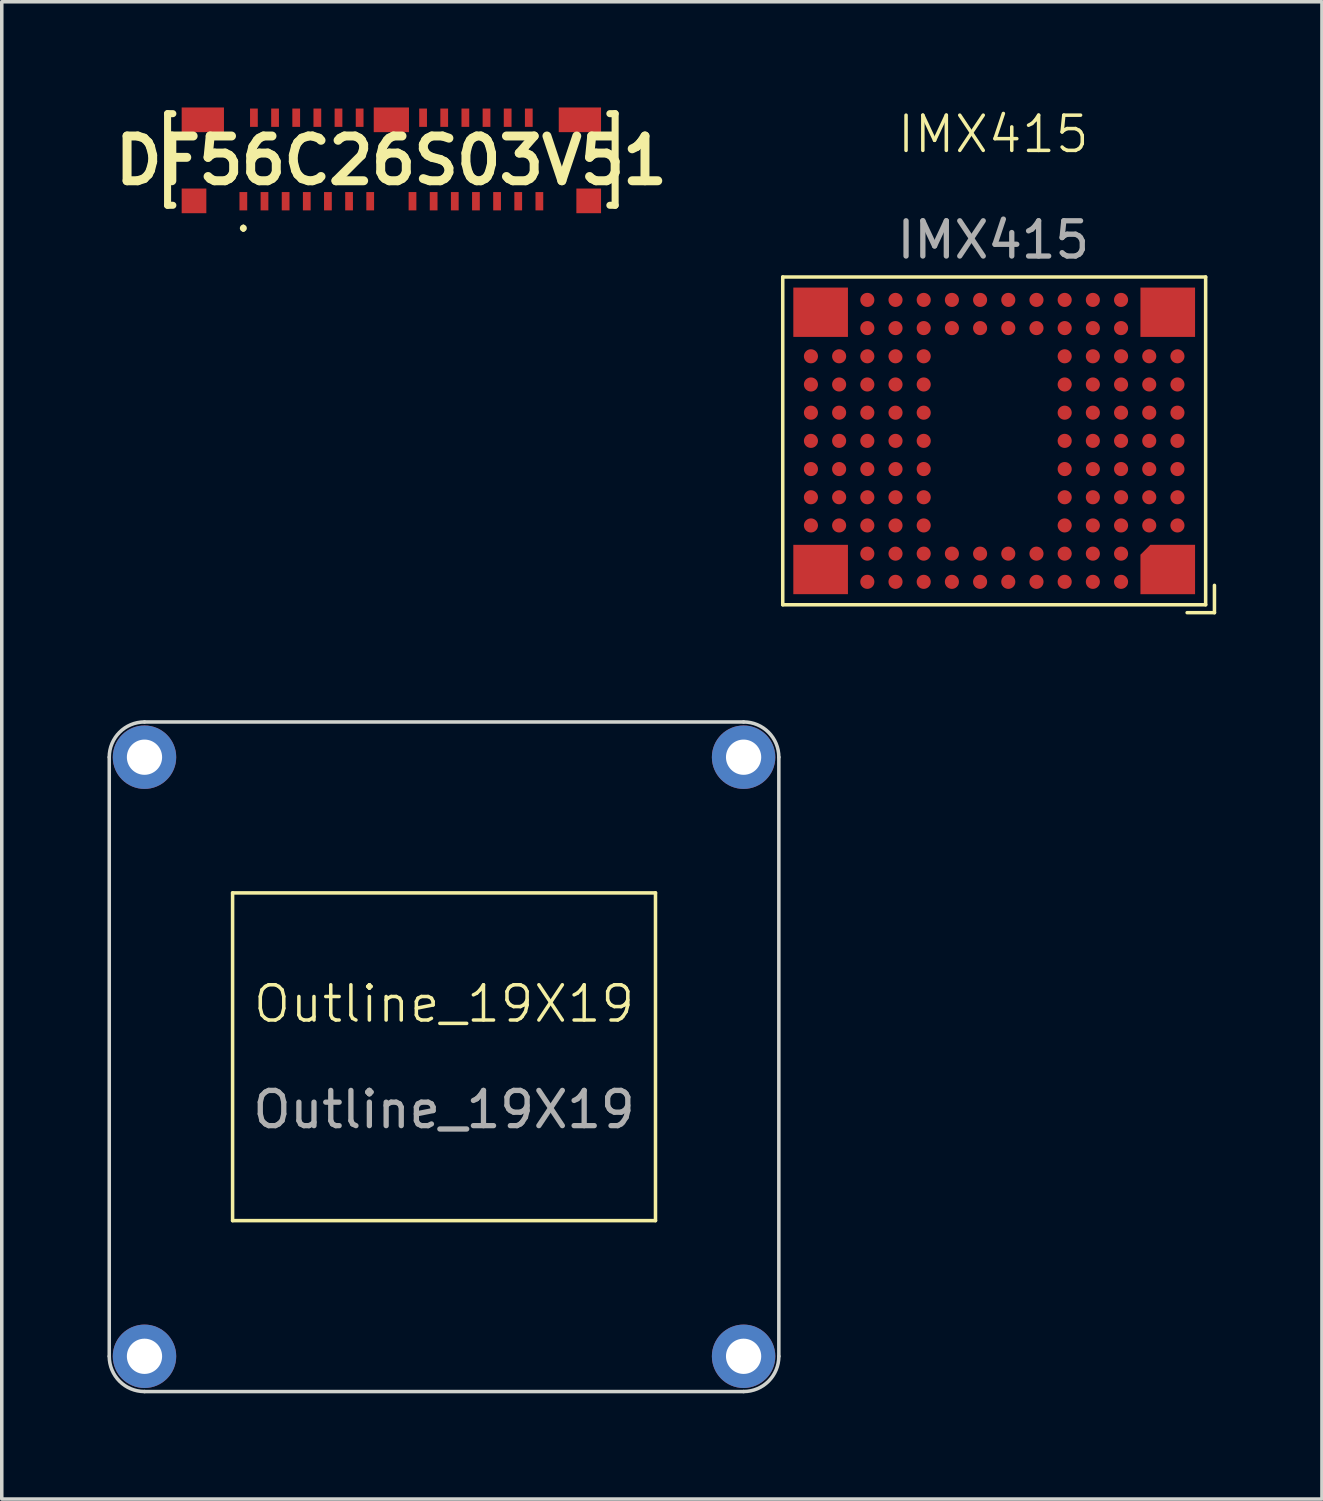
<source format=kicad_pcb>
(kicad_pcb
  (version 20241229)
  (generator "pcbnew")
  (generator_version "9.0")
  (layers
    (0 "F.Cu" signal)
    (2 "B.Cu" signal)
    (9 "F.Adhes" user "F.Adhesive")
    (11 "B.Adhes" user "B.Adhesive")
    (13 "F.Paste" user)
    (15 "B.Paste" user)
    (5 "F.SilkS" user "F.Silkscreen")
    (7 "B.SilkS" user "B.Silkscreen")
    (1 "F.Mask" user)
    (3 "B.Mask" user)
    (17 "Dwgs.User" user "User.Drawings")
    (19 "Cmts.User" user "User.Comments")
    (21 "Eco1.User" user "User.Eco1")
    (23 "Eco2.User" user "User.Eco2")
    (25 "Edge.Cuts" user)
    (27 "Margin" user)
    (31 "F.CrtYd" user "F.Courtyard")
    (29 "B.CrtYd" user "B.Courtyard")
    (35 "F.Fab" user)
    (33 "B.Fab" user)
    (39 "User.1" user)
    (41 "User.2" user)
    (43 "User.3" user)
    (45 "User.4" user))
  (footprint "DF56C26S03V51"
    (layer "F.Cu")
    (at 8.055 1.475)
    (property "Reference" "DF56C26S03V51" (at 0 0.03 0) (layer "F.SilkS") (effects (font (size 1.27 1.27) (thickness 0.254))))
    (attr smd)
    (fp_line (start -6.35 -1.3) (end -6.2 -1.3) (stroke (width 0.2) (type solid)) (layer "F.SilkS"))
    (fp_line (start -6.35 1.3) (end -6.35 -1.3) (stroke (width 0.2) (type solid)) (layer "F.SilkS"))
    (fp_line (start -6.2 1.3) (end -6.35 1.3) (stroke (width 0.2) (type solid)) (layer "F.SilkS"))
    (fp_line (start -4.2 1.9) (end -4.2 1.9) (stroke (width 0.1) (type solid)) (layer "F.SilkS"))
    (fp_line (start -4.2 2) (end -4.2 2) (stroke (width 0.1) (type solid)) (layer "F.SilkS"))
    (fp_line (start 6.2 -1.3) (end 6.35 -1.3) (stroke (width 0.2) (type solid)) (layer "F.SilkS"))
    (fp_line (start 6.35 -1.3) (end 6.35 1.3) (stroke (width 0.2) (type solid)) (layer "F.SilkS"))
    (fp_line (start 6.35 1.3) (end 6.2 1.3) (stroke (width 0.2) (type solid)) (layer "F.SilkS"))
    (fp_arc (start -4.2 1.9) (mid -4.15 1.95) (end -4.2 2) (stroke (width 0.1) (type solid)) (layer "F.SilkS"))
    (fp_arc (start -4.2 2) (mid -4.25 1.95) (end -4.2 1.9) (stroke (width 0.1) (type solid)) (layer "F.SilkS"))
    (pad "1" smd rect (at -4.2 1.185) (size 0.22 0.52) (layers "F.Cu" "F.Mask" "F.Paste"))
    (pad "2" smd rect (at -3.9 -1.185) (size 0.22 0.52) (layers "F.Cu" "F.Mask" "F.Paste"))
    (pad "3" smd rect (at -3.6 1.185) (size 0.22 0.52) (layers "F.Cu" "F.Mask" "F.Paste"))
    (pad "4" smd rect (at -3.3 -1.185) (size 0.22 0.52) (layers "F.Cu" "F.Mask" "F.Paste"))
    (pad "5" smd rect (at -3 1.185) (size 0.22 0.52) (layers "F.Cu" "F.Mask" "F.Paste"))
    (pad "6" smd rect (at -2.7 -1.185) (size 0.22 0.52) (layers "F.Cu" "F.Mask" "F.Paste"))
    (pad "7" smd rect (at -2.4 1.185) (size 0.22 0.52) (layers "F.Cu" "F.Mask" "F.Paste"))
    (pad "8" smd rect (at -2.1 -1.185) (size 0.22 0.52) (layers "F.Cu" "F.Mask" "F.Paste"))
    (pad "9" smd rect (at -1.8 1.185) (size 0.22 0.52) (layers "F.Cu" "F.Mask" "F.Paste"))
    (pad "10" smd rect (at -1.5 -1.185) (size 0.22 0.52) (layers "F.Cu" "F.Mask" "F.Paste"))
    (pad "11" smd rect (at -1.2 1.185) (size 0.22 0.52) (layers "F.Cu" "F.Mask" "F.Paste"))
    (pad "12" smd rect (at -0.9 -1.185) (size 0.22 0.52) (layers "F.Cu" "F.Mask" "F.Paste"))
    (pad "13" smd rect (at -0.6 1.185) (size 0.22 0.52) (layers "F.Cu" "F.Mask" "F.Paste"))
    (pad "14" smd rect (at 0.6 1.185) (size 0.22 0.52) (layers "F.Cu" "F.Mask" "F.Paste"))
    (pad "15" smd rect (at 0.9 -1.185) (size 0.22 0.52) (layers "F.Cu" "F.Mask" "F.Paste"))
    (pad "16" smd rect (at 1.2 1.185) (size 0.22 0.52) (layers "F.Cu" "F.Mask" "F.Paste"))
    (pad "17" smd rect (at 1.5 -1.185) (size 0.22 0.52) (layers "F.Cu" "F.Mask" "F.Paste"))
    (pad "18" smd rect (at 1.8 1.185) (size 0.22 0.52) (layers "F.Cu" "F.Mask" "F.Paste"))
    (pad "19" smd rect (at 2.1 -1.185) (size 0.22 0.52) (layers "F.Cu" "F.Mask" "F.Paste"))
    (pad "20" smd rect (at 2.4 1.185) (size 0.22 0.52) (layers "F.Cu" "F.Mask" "F.Paste"))
    (pad "21" smd rect (at 2.7 -1.185) (size 0.22 0.52) (layers "F.Cu" "F.Mask" "F.Paste"))
    (pad "22" smd rect (at 3 1.185) (size 0.22 0.52) (layers "F.Cu" "F.Mask" "F.Paste"))
    (pad "23" smd rect (at 3.3 -1.185) (size 0.22 0.52) (layers "F.Cu" "F.Mask" "F.Paste"))
    (pad "24" smd rect (at 3.6 1.185) (size 0.22 0.52) (layers "F.Cu" "F.Mask" "F.Paste"))
    (pad "25" smd rect (at 3.9 -1.185) (size 0.22 0.52) (layers "F.Cu" "F.Mask" "F.Paste"))
    (pad "26" smd rect (at 4.2 1.185) (size 0.22 0.52) (layers "F.Cu" "F.Mask" "F.Paste"))
    (pad "G1" smd rect (at -5.6 1.175 90) (size 0.7 0.7) (layers "F.Cu" "F.Mask" "F.Paste"))
    (pad "G2" smd rect (at -5.35 -1.125 90) (size 0.7 1.2) (layers "F.Cu" "F.Mask" "F.Paste"))
    (pad "G3" smd rect (at 0 -1.125 90) (size 0.7 1) (layers "F.Cu" "F.Mask" "F.Paste"))
    (pad "G4" smd rect (at 5.35 -1.125 90) (size 0.7 1.2) (layers "F.Cu" "F.Mask" "F.Paste"))
    (pad "G5" smd rect (at 5.6 1.175 90) (size 0.7 0.7) (layers "F.Cu" "F.Mask" "F.Paste")))
  (footprint "Outline_19X19"
    (layer "F.Cu")
    (at 9.55 26.936)
    (property "Reference" "Outline_19X19" (at 0 -1.5 0) (unlocked yes) (layer "F.SilkS") (effects (font (size 1 1) (thickness 0.1))))
    (fp_line (start -6 -4.65) (end 6 -4.65) (stroke (width 0.1) (type solid)) (layer "F.SilkS"))
    (fp_line (start -6 4.65) (end -6 -4.65) (stroke (width 0.1) (type solid)) (layer "F.SilkS"))
    (fp_line (start -6 4.65) (end 6 4.65) (stroke (width 0.1) (type solid)) (layer "F.SilkS"))
    (fp_line (start 6 4.65) (end 6 -4.65) (stroke (width 0.1) (type solid)) (layer "F.SilkS"))
    (fp_line (start -9.5 8.5) (end -9.5 -8.5) (stroke (width 0.1) (type default)) (layer "Edge.Cuts"))
    (fp_line (start -8.5 -9.5) (end 8.5 -9.5) (stroke (width 0.1) (type default)) (layer "Edge.Cuts"))
    (fp_line (start -8.5 9.5) (end 8.5 9.5) (stroke (width 0.1) (type default)) (layer "Edge.Cuts"))
    (fp_line (start 9.5 8.5) (end 9.5 -8.5) (stroke (width 0.1) (type default)) (layer "Edge.Cuts"))
    (fp_arc (start -9.5 -8.500001) (mid -9.207107 -9.207107) (end -8.500002 -9.5) (stroke (width 0.1) (type default)) (layer "Edge.Cuts"))
    (fp_arc (start -8.500001 9.5) (mid -9.207107 9.207107) (end -9.5 8.500002) (stroke (width 0.1) (type default)) (layer "Edge.Cuts"))
    (fp_arc (start 8.5 -9.5) (mid 9.207107 -9.207107) (end 9.5 -8.5) (stroke (width 0.1) (type default)) (layer "Edge.Cuts"))
    (fp_arc (start 9.5 8.5) (mid 9.207107 9.207107) (end 8.5 9.5) (stroke (width 0.1) (type default)) (layer "Edge.Cuts"))
    (fp_text user "${REFERENCE}" (at 0 1.5 0) (unlocked yes) (layer "F.Fab") (effects (font (size 1 1) (thickness 0.15))))
    (pad "" thru_hole circle (at -8.5 -8.5) (size 1.8 1.8) (drill 1) (layers "*.Cu" "*.Mask"))
    (pad "" thru_hole circle (at -8.5 8.5) (size 1.8 1.8) (drill 1) (layers "*.Cu" "*.Mask"))
    (pad "" thru_hole circle (at 8.5 -8.5) (size 1.8 1.8) (drill 1) (layers "*.Cu" "*.Mask"))
    (pad "" thru_hole circle (at 8.5 8.5) (size 1.8 1.8) (drill 1) (layers "*.Cu" "*.Mask")))
  (footprint "IMX415"
    (layer "F.Cu")
    (at 25.161 9.46)
    (property "Reference" "IMX415" (at -0.025 -8.7 0) (unlocked yes) (layer "F.SilkS") (effects (font (size 1 1) (thickness 0.1))))
    (attr smd)
    (fp_line (start -6 -4.65) (end -6 4.65) (stroke (width 0.1) (type solid)) (layer "F.SilkS"))
    (fp_line (start -6 -4.65) (end 6 -4.65) (stroke (width 0.1) (type solid)) (layer "F.SilkS"))
    (fp_line (start -6 4.65) (end 6 4.65) (stroke (width 0.1) (type solid)) (layer "F.SilkS"))
    (fp_line (start 5.475 4.875) (end 6.25 4.875) (stroke (width 0.1) (type default)) (layer "F.SilkS"))
    (fp_line (start 6 -4.65) (end 6 4.65) (stroke (width 0.1) (type solid)) (layer "F.SilkS"))
    (fp_line (start 6.25 4.1) (end 6.25 4.875) (stroke (width 0.1) (type default)) (layer "F.SilkS"))
    (fp_text user "${REFERENCE}" (at -0.025 -5.7 0) (unlocked yes) (layer "F.Fab") (effects (font (size 1 1) (thickness 0.15))))
    (pad "A1" smd roundrect (at 4.925 3.65) (size 1.55 1.4) (layers "F.Cu" "F.Mask" "F.Paste") (roundrect_rratio 0) (chamfer_ratio 0.2) (chamfer top_left))
    (pad "A2" smd circle (at 5.2 3.2) (size 0.4 0.4) (layers "F.Cu" "F.Mask" "F.Paste"))
    (pad "A3" smd circle (at 5.2 2.4) (size 0.4 0.4) (layers "F.Cu" "F.Mask" "F.Paste"))
    (pad "A4" smd circle (at 5.2 1.6) (size 0.4 0.4) (layers "F.Cu" "F.Mask" "F.Paste"))
    (pad "A5" smd circle (at 5.2 0.8) (size 0.4 0.4) (layers "F.Cu" "F.Mask" "F.Paste"))
    (pad "A6" smd circle (at 5.2 0) (size 0.4 0.4) (layers "F.Cu" "F.Mask" "F.Paste"))
    (pad "A7" smd circle (at 5.2 -0.8) (size 0.4 0.4) (layers "F.Cu" "F.Mask" "F.Paste"))
    (pad "A8" smd circle (at 5.2 -1.6) (size 0.4 0.4) (layers "F.Cu" "F.Mask" "F.Paste"))
    (pad "A9" smd circle (at 5.2 -2.4) (size 0.4 0.4) (layers "F.Cu" "F.Mask" "F.Paste"))
    (pad "A10" smd rect (at 4.925 -3.65) (size 1.55 1.4) (layers "F.Cu" "F.Mask" "F.Paste"))
    (pad "A11" smd circle (at 5.2 -4) (size 0.4 0.4) (layers "F.Cu" "F.Mask" "F.Paste"))
    (pad "B1" smd circle (at 4.4 4) (size 0.4 0.4) (layers "F.Cu" "F.Mask" "F.Paste"))
    (pad "B2" smd circle (at 4.5 3.3) (size 0.4 0.4) (layers "F.Cu" "F.Mask" "F.Paste"))
    (pad "B3" smd circle (at 4.4 2.4) (size 0.4 0.4) (layers "F.Cu" "F.Mask" "F.Paste"))
    (pad "B4" smd circle (at 4.4 1.6) (size 0.4 0.4) (layers "F.Cu" "F.Mask" "F.Paste"))
    (pad "B5" smd circle (at 4.4 0.8) (size 0.4 0.4) (layers "F.Cu" "F.Mask" "F.Paste"))
    (pad "B6" smd circle (at 4.4 0) (size 0.4 0.4) (layers "F.Cu" "F.Mask" "F.Paste"))
    (pad "B7" smd circle (at 4.4 -0.8) (size 0.4 0.4) (layers "F.Cu" "F.Mask" "F.Paste"))
    (pad "B8" smd circle (at 4.4 -1.6) (size 0.4 0.4) (layers "F.Cu" "F.Mask" "F.Paste"))
    (pad "B9" smd circle (at 4.4 -2.4) (size 0.4 0.4) (layers "F.Cu" "F.Mask" "F.Paste"))
    (pad "B10" smd circle (at 4.4 -3.2) (size 0.4 0.4) (layers "F.Cu" "F.Mask" "F.Paste"))
    (pad "B11" smd circle (at 4.4 -4) (size 0.4 0.4) (layers "F.Cu" "F.Mask" "F.Paste"))
    (pad "C1" smd circle (at 3.6 4) (size 0.4 0.4) (layers "F.Cu" "F.Mask" "F.Paste"))
    (pad "C2" smd circle (at 3.6 3.2) (size 0.4 0.4) (layers "F.Cu" "F.Mask" "F.Paste"))
    (pad "C3" smd circle (at 3.6 2.4) (size 0.4 0.4) (layers "F.Cu" "F.Mask" "F.Paste"))
    (pad "C4" smd circle (at 3.6 1.6) (size 0.4 0.4) (layers "F.Cu" "F.Mask" "F.Paste"))
    (pad "C5" smd circle (at 3.6 0.8) (size 0.4 0.4) (layers "F.Cu" "F.Mask" "F.Paste"))
    (pad "C6" smd circle (at 3.6 0) (size 0.4 0.4) (layers "F.Cu" "F.Mask" "F.Paste"))
    (pad "C7" smd circle (at 3.6 -0.8) (size 0.4 0.4) (layers "F.Cu" "F.Mask" "F.Paste"))
    (pad "C8" smd circle (at 3.6 -1.6) (size 0.4 0.4) (layers "F.Cu" "F.Mask" "F.Paste"))
    (pad "C9" smd circle (at 3.6 -2.4) (size 0.4 0.4) (layers "F.Cu" "F.Mask" "F.Paste"))
    (pad "C10" smd circle (at 3.6 -3.2) (size 0.4 0.4) (layers "F.Cu" "F.Mask" "F.Paste"))
    (pad "C11" smd circle (at 3.6 -4) (size 0.4 0.4) (layers "F.Cu" "F.Mask" "F.Paste"))
    (pad "D1" smd circle (at 2.8 4) (size 0.4 0.4) (layers "F.Cu" "F.Mask" "F.Paste"))
    (pad "D2" smd circle (at 2.8 3.2) (size 0.4 0.4) (layers "F.Cu" "F.Mask" "F.Paste"))
    (pad "D3" smd circle (at 2.8 2.4) (size 0.4 0.4) (layers "F.Cu" "F.Mask" "F.Paste"))
    (pad "D4" smd circle (at 2.8 1.6) (size 0.4 0.4) (layers "F.Cu" "F.Mask" "F.Paste"))
    (pad "D5" smd circle (at 2.8 0.8) (size 0.4 0.4) (layers "F.Cu" "F.Mask" "F.Paste"))
    (pad "D6" smd circle (at 2.8 0) (size 0.4 0.4) (layers "F.Cu" "F.Mask" "F.Paste"))
    (pad "D7" smd circle (at 2.8 -0.8) (size 0.4 0.4) (layers "F.Cu" "F.Mask" "F.Paste"))
    (pad "D8" smd circle (at 2.8 -1.6) (size 0.4 0.4) (layers "F.Cu" "F.Mask" "F.Paste"))
    (pad "D9" smd circle (at 2.8 -2.4) (size 0.4 0.4) (layers "F.Cu" "F.Mask" "F.Paste"))
    (pad "D10" smd circle (at 2.8 -3.2) (size 0.4 0.4) (layers "F.Cu" "F.Mask" "F.Paste"))
    (pad "D11" smd circle (at 2.8 -4) (size 0.4 0.4) (layers "F.Cu" "F.Mask" "F.Paste"))
    (pad "E1" smd circle (at 2 4) (size 0.4 0.4) (layers "F.Cu" "F.Mask" "F.Paste"))
    (pad "E2" smd circle (at 2 3.2) (size 0.4 0.4) (layers "F.Cu" "F.Mask" "F.Paste"))
    (pad "E3" smd circle (at 2 2.4) (size 0.4 0.4) (layers "F.Cu" "F.Mask" "F.Paste"))
    (pad "E4" smd circle (at 2 1.6) (size 0.4 0.4) (layers "F.Cu" "F.Mask" "F.Paste"))
    (pad "E5" smd circle (at 2 0.8) (size 0.4 0.4) (layers "F.Cu" "F.Mask" "F.Paste"))
    (pad "E6" smd circle (at 2 0) (size 0.4 0.4) (layers "F.Cu" "F.Mask" "F.Paste"))
    (pad "E7" smd circle (at 2 -0.8) (size 0.4 0.4) (layers "F.Cu" "F.Mask" "F.Paste"))
    (pad "E8" smd circle (at 2 -1.6) (size 0.4 0.4) (layers "F.Cu" "F.Mask" "F.Paste"))
    (pad "E9" smd circle (at 2 -2.4) (size 0.4 0.4) (layers "F.Cu" "F.Mask" "F.Paste"))
    (pad "E10" smd circle (at 2 -3.2) (size 0.4 0.4) (layers "F.Cu" "F.Mask" "F.Paste"))
    (pad "E11" smd circle (at 2 -4) (size 0.4 0.4) (layers "F.Cu" "F.Mask" "F.Paste"))
    (pad "F1" smd circle (at 1.2 4) (size 0.4 0.4) (layers "F.Cu" "F.Mask" "F.Paste"))
    (pad "F2" smd circle (at 1.2 3.2) (size 0.4 0.4) (layers "F.Cu" "F.Mask" "F.Paste"))
    (pad "F10" smd circle (at 1.2 -3.2) (size 0.4 0.4) (layers "F.Cu" "F.Mask" "F.Paste"))
    (pad "F11" smd circle (at 1.2 -4) (size 0.4 0.4) (layers "F.Cu" "F.Mask" "F.Paste"))
    (pad "G1" smd circle (at 0.4 4) (size 0.4 0.4) (layers "F.Cu" "F.Mask" "F.Paste"))
    (pad "G2" smd circle (at 0.4 3.2) (size 0.4 0.4) (layers "F.Cu" "F.Mask" "F.Paste"))
    (pad "G10" smd circle (at 0.4 -3.2) (size 0.4 0.4) (layers "F.Cu" "F.Mask" "F.Paste"))
    (pad "G11" smd circle (at 0.4 -4) (size 0.4 0.4) (layers "F.Cu" "F.Mask" "F.Paste"))
    (pad "H1" smd circle (at -0.4 4) (size 0.4 0.4) (layers "F.Cu" "F.Mask" "F.Paste"))
    (pad "H2" smd circle (at -0.4 3.2) (size 0.4 0.4) (layers "F.Cu" "F.Mask" "F.Paste"))
    (pad "H10" smd circle (at -0.4 -3.2) (size 0.4 0.4) (layers "F.Cu" "F.Mask" "F.Paste"))
    (pad "H11" smd circle (at -0.4 -4) (size 0.4 0.4) (layers "F.Cu" "F.Mask" "F.Paste"))
    (pad "J1" smd circle (at -1.2 4) (size 0.4 0.4) (layers "F.Cu" "F.Mask" "F.Paste"))
    (pad "J2" smd circle (at -1.2 3.2) (size 0.4 0.4) (layers "F.Cu" "F.Mask" "F.Paste"))
    (pad "J10" smd circle (at -1.2 -3.2) (size 0.4 0.4) (layers "F.Cu" "F.Mask" "F.Paste"))
    (pad "J11" smd circle (at -1.2 -4) (size 0.4 0.4) (layers "F.Cu" "F.Mask" "F.Paste"))
    (pad "K1" smd circle (at -2 4) (size 0.4 0.4) (layers "F.Cu" "F.Mask" "F.Paste"))
    (pad "K2" smd circle (at -2 3.2) (size 0.4 0.4) (layers "F.Cu" "F.Mask" "F.Paste"))
    (pad "K3" smd circle (at -2 2.4) (size 0.4 0.4) (layers "F.Cu" "F.Mask" "F.Paste"))
    (pad "K4" smd circle (at -2 1.6) (size 0.4 0.4) (layers "F.Cu" "F.Mask" "F.Paste"))
    (pad "K5" smd circle (at -2 0.8) (size 0.4 0.4) (layers "F.Cu" "F.Mask" "F.Paste"))
    (pad "K6" smd circle (at -2 0) (size 0.4 0.4) (layers "F.Cu" "F.Mask" "F.Paste"))
    (pad "K7" smd circle (at -2 -0.8) (size 0.4 0.4) (layers "F.Cu" "F.Mask" "F.Paste"))
    (pad "K8" smd circle (at -2 -1.6) (size 0.4 0.4) (layers "F.Cu" "F.Mask" "F.Paste"))
    (pad "K9" smd circle (at -2 -2.4) (size 0.4 0.4) (layers "F.Cu" "F.Mask" "F.Paste"))
    (pad "K10" smd circle (at -2 -3.2) (size 0.4 0.4) (layers "F.Cu" "F.Mask" "F.Paste"))
    (pad "K11" smd circle (at -2 -4) (size 0.4 0.4) (layers "F.Cu" "F.Mask" "F.Paste"))
    (pad "L1" smd circle (at -2.8 4) (size 0.4 0.4) (layers "F.Cu" "F.Mask" "F.Paste"))
    (pad "L2" smd circle (at -2.8 3.2) (size 0.4 0.4) (layers "F.Cu" "F.Mask" "F.Paste"))
    (pad "L3" smd circle (at -2.8 2.4) (size 0.4 0.4) (layers "F.Cu" "F.Mask" "F.Paste"))
    (pad "L4" smd circle (at -2.8 1.6) (size 0.4 0.4) (layers "F.Cu" "F.Mask" "F.Paste"))
    (pad "L5" smd circle (at -2.8 0.8) (size 0.4 0.4) (layers "F.Cu" "F.Mask" "F.Paste"))
    (pad "L6" smd circle (at -2.8 0) (size 0.4 0.4) (layers "F.Cu" "F.Mask" "F.Paste"))
    (pad "L7" smd circle (at -2.8 -0.8) (size 0.4 0.4) (layers "F.Cu" "F.Mask" "F.Paste"))
    (pad "L8" smd circle (at -2.8 -1.6) (size 0.4 0.4) (layers "F.Cu" "F.Mask" "F.Paste"))
    (pad "L9" smd circle (at -2.8 -2.4) (size 0.4 0.4) (layers "F.Cu" "F.Mask" "F.Paste"))
    (pad "L10" smd circle (at -2.8 -3.2) (size 0.4 0.4) (layers "F.Cu" "F.Mask" "F.Paste"))
    (pad "L11" smd circle (at -2.8 -4) (size 0.4 0.4) (layers "F.Cu" "F.Mask" "F.Paste"))
    (pad "M1" smd circle (at -3.6 4) (size 0.4 0.4) (layers "F.Cu" "F.Mask" "F.Paste"))
    (pad "M2" smd circle (at -3.6 3.2) (size 0.4 0.4) (layers "F.Cu" "F.Mask" "F.Paste"))
    (pad "M3" smd circle (at -3.6 2.4) (size 0.4 0.4) (layers "F.Cu" "F.Mask" "F.Paste"))
    (pad "M4" smd circle (at -3.6 1.6) (size 0.4 0.4) (layers "F.Cu" "F.Mask" "F.Paste"))
    (pad "M5" smd circle (at -3.6 0.8) (size 0.4 0.4) (layers "F.Cu" "F.Mask" "F.Paste"))
    (pad "M6" smd circle (at -3.6 0) (size 0.4 0.4) (layers "F.Cu" "F.Mask" "F.Paste"))
    (pad "M7" smd circle (at -3.6 -0.8) (size 0.4 0.4) (layers "F.Cu" "F.Mask" "F.Paste"))
    (pad "M8" smd circle (at -3.6 -1.6) (size 0.4 0.4) (layers "F.Cu" "F.Mask" "F.Paste"))
    (pad "M9" smd circle (at -3.6 -2.4) (size 0.4 0.4) (layers "F.Cu" "F.Mask" "F.Paste"))
    (pad "M10" smd circle (at -3.6 -3.2) (size 0.4 0.4) (layers "F.Cu" "F.Mask" "F.Paste"))
    (pad "M11" smd circle (at -3.6 -4) (size 0.4 0.4) (layers "F.Cu" "F.Mask" "F.Paste"))
    (pad "N1" smd circle (at -4.4 4) (size 0.4 0.4) (layers "F.Cu" "F.Mask" "F.Paste"))
    (pad "N2" smd circle (at -4.4 3.2) (size 0.4 0.4) (layers "F.Cu" "F.Mask" "F.Paste"))
    (pad "N3" smd circle (at -4.4 2.4) (size 0.4 0.4) (layers "F.Cu" "F.Mask" "F.Paste"))
    (pad "N4" smd circle (at -4.4 1.6) (size 0.4 0.4) (layers "F.Cu" "F.Mask" "F.Paste"))
    (pad "N5" smd circle (at -4.4 0.8) (size 0.4 0.4) (layers "F.Cu" "F.Mask" "F.Paste"))
    (pad "N6" smd circle (at -4.4 0) (size 0.4 0.4) (layers "F.Cu" "F.Mask" "F.Paste"))
    (pad "N7" smd circle (at -4.4 -0.8) (size 0.4 0.4) (layers "F.Cu" "F.Mask" "F.Paste"))
    (pad "N8" smd circle (at -4.4 -1.6) (size 0.4 0.4) (layers "F.Cu" "F.Mask" "F.Paste"))
    (pad "N9" smd circle (at -4.4 -2.4) (size 0.4 0.4) (layers "F.Cu" "F.Mask" "F.Paste"))
    (pad "N10" smd circle (at -4.4 -3.2) (size 0.4 0.4) (layers "F.Cu" "F.Mask" "F.Paste"))
    (pad "N11" smd circle (at -4.4 -4) (size 0.4 0.4) (layers "F.Cu" "F.Mask" "F.Paste"))
    (pad "P1" smd rect (at -4.925 3.65) (size 1.55 1.4) (layers "F.Cu" "F.Mask" "F.Paste"))
    (pad "P2" smd circle (at -5.2 3.2) (size 0.4 0.4) (layers "F.Cu" "F.Mask" "F.Paste"))
    (pad "P3" smd circle (at -5.2 2.4) (size 0.4 0.4) (layers "F.Cu" "F.Mask" "F.Paste"))
    (pad "P4" smd circle (at -5.2 1.6) (size 0.4 0.4) (layers "F.Cu" "F.Mask" "F.Paste"))
    (pad "P5" smd circle (at -5.2 0.8) (size 0.4 0.4) (layers "F.Cu" "F.Mask" "F.Paste"))
    (pad "P6" smd circle (at -5.2 0) (size 0.4 0.4) (layers "F.Cu" "F.Mask" "F.Paste"))
    (pad "P7" smd circle (at -5.2 -0.8) (size 0.4 0.4) (layers "F.Cu" "F.Mask" "F.Paste"))
    (pad "P8" smd circle (at -5.2 -1.6) (size 0.4 0.4) (layers "F.Cu" "F.Mask" "F.Paste"))
    (pad "P9" smd circle (at -5.2 -2.4) (size 0.4 0.4) (layers "F.Cu" "F.Mask" "F.Paste"))
    (pad "P10" smd rect (at -4.925 -3.65) (size 1.55 1.4) (layers "F.Cu" "F.Mask" "F.Paste"))
    (pad "P11" smd circle (at -5.2 -4) (size 0.4 0.4) (layers "F.Cu" "F.Mask" "F.Paste")))
  (gr_rect
    (start -3 -3)
    (end 34.461 39.486)
    (stroke (width 0.1) (type default))
    (fill no)
    (layer "Edge.Cuts")))
</source>
